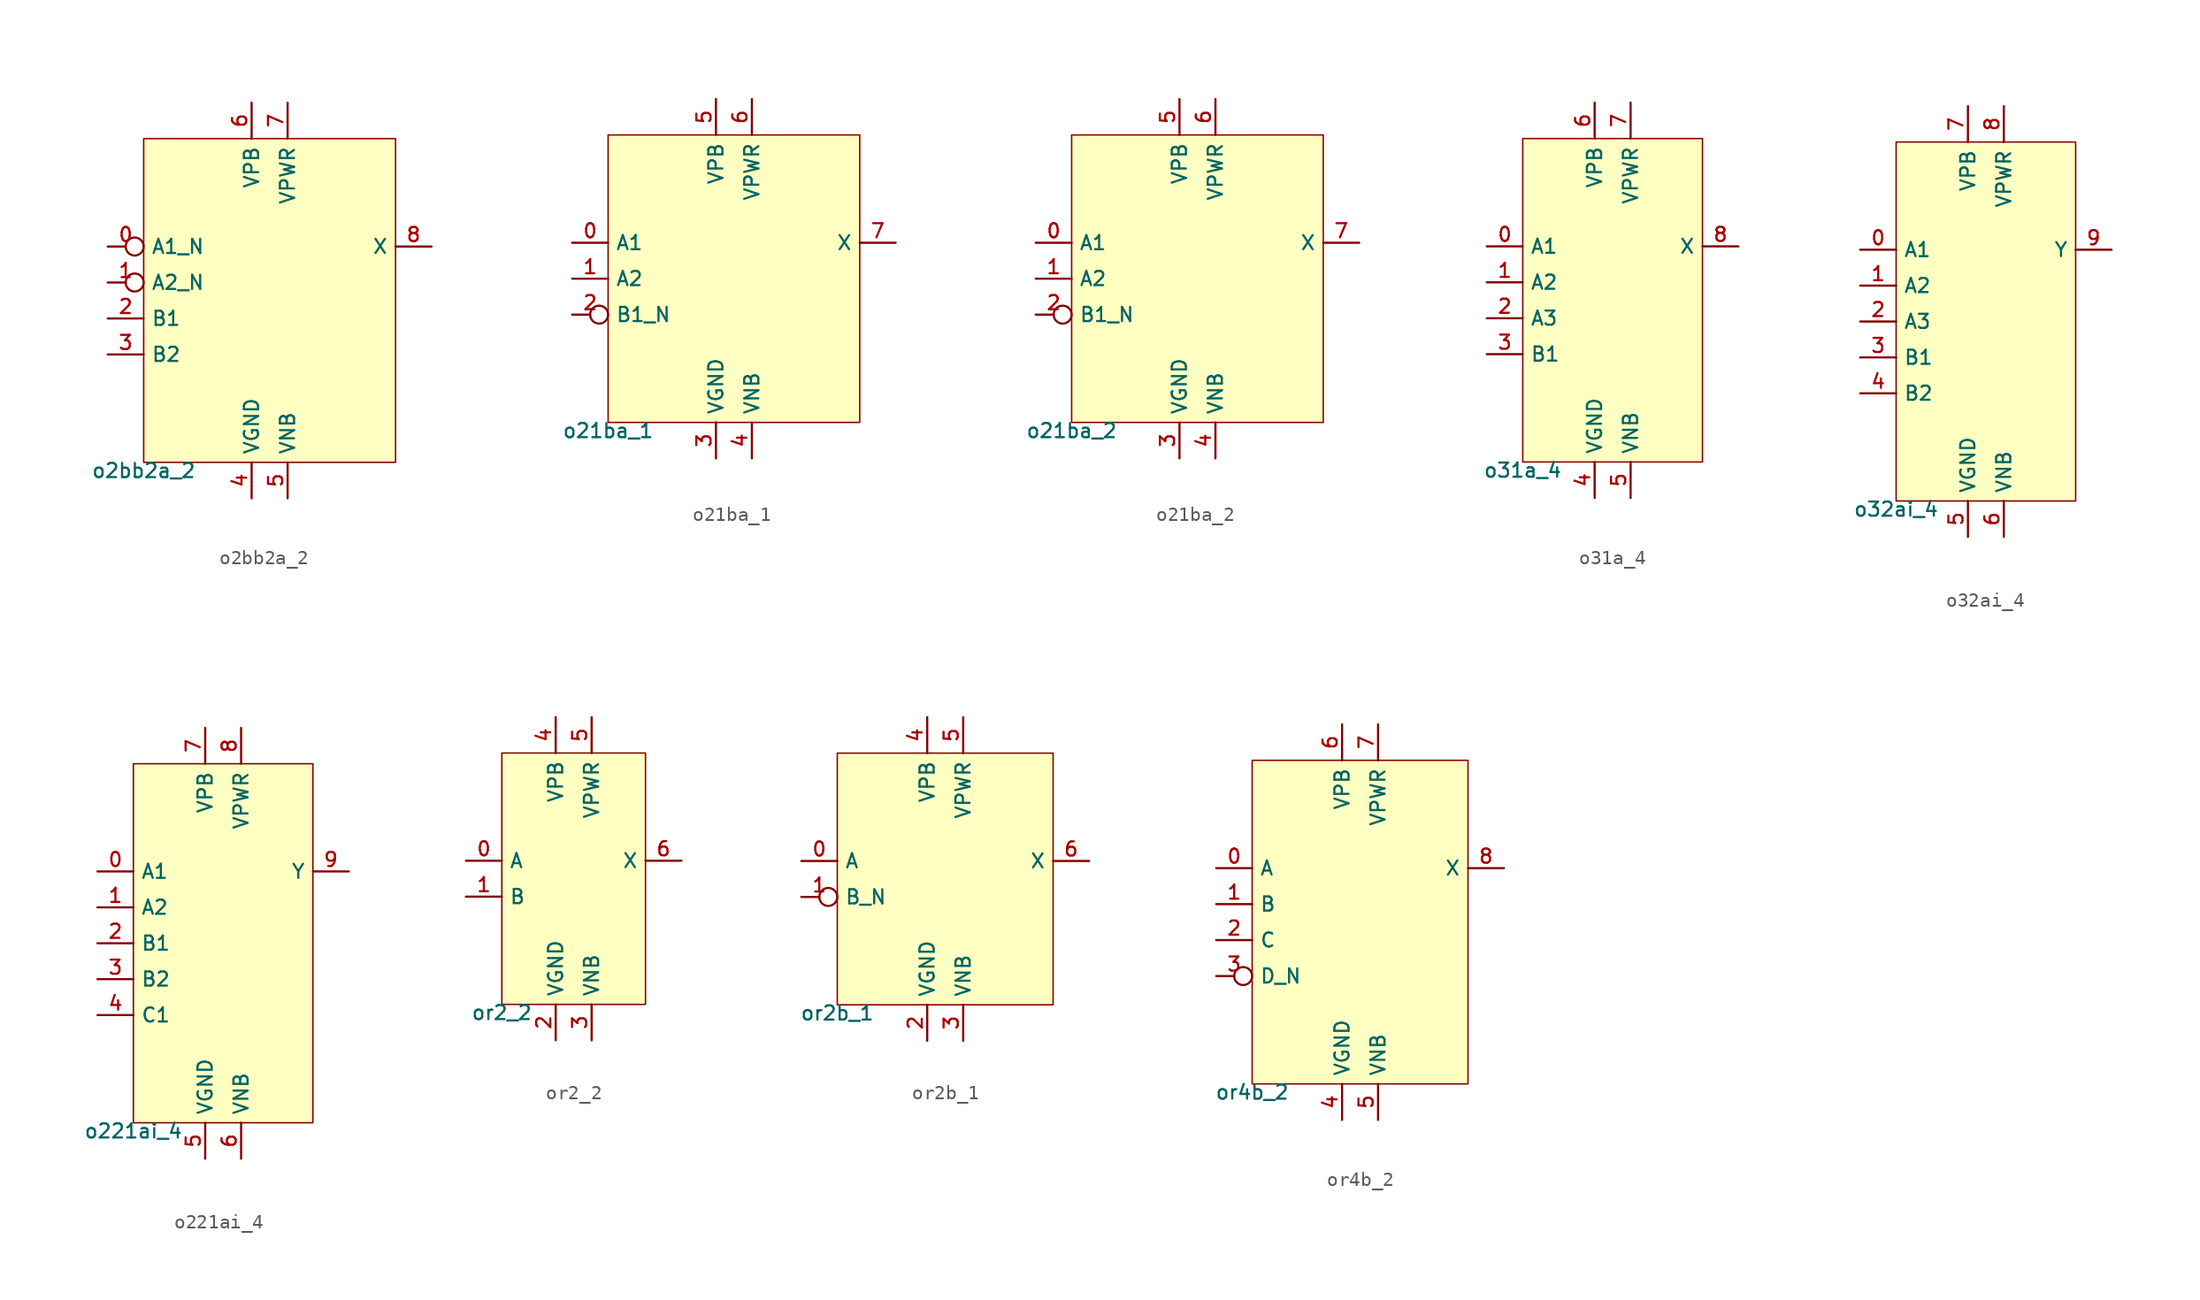
<source format=kicad_sym>
(kicad_symbol_lib
  (version 20211014)
  (generator lef2kicad_sym)
  (symbol "o2bb2a_2"
    (property "Reference" "CELL"
      (at 0 0 0)
      (effects (font (size 1 1)) hide))
    (property "Value" "o2bb2a_2"
      (at -8.89 -11.43 0)
      (effects (font (size 1 1)) (justify top)))
    (rectangle
      (start -8.89 -11.43)
      (end 8.89 11.43)
      (stroke (width 0.1) (type solid) (color 0 0 0 0))
      (fill (type background)))
    (pin input inverted
      (at -11.43 3.81 0)
      (length 2.54)
      (name "A1_N" (effects (font (size 1 1)) hide))
      (number "0" (effects (font (size 1 1)) hide)))
    (pin input inverted
      (at -11.43 1.27 0)
      (length 2.54)
      (name "A2_N" (effects (font (size 1 1)) hide))
      (number "1" (effects (font (size 1 1)) hide)))
    (pin input line
      (at -11.43 -1.27 0)
      (length 2.54)
      (name "B1" (effects (font (size 1 1)) hide))
      (number "2" (effects (font (size 1 1)) hide)))
    (pin input line
      (at -11.43 -3.81 0)
      (length 2.54)
      (name "B2" (effects (font (size 1 1)) hide))
      (number "3" (effects (font (size 1 1)) hide)))
    (pin power_in line
      (at -1.27 -13.97 90)
      (length 2.54)
      (name "VGND" (effects (font (size 1 1)) hide))
      (number "4" (effects (font (size 1 1)) hide)))
    (pin power_in line
      (at 1.27 -13.97 90)
      (length 2.54)
      (name "VNB" (effects (font (size 1 1)) hide))
      (number "5" (effects (font (size 1 1)) hide)))
    (pin power_in line
      (at -1.27 13.97 270)
      (length 2.54)
      (name "VPB" (effects (font (size 1 1)) hide))
      (number "6" (effects (font (size 1 1)) hide)))
    (pin power_in line
      (at 1.27 13.97 270)
      (length 2.54)
      (name "VPWR" (effects (font (size 1 1)) hide))
      (number "7" (effects (font (size 1 1)) hide)))
    (pin output line
      (at 11.43 3.81 180)
      (length 2.54)
      (name "X" (effects (font (size 1 1)) hide))
      (number "8" (effects (font (size 1 1)) hide))))
  (symbol "o21ba_1"
    (property "Reference" "CELL"
      (at 0 0 0)
      (effects (font (size 1 1)) hide))
    (property "Value" "o21ba_1"
      (at -8.89 -10.16 0)
      (effects (font (size 1 1)) (justify top)))
    (rectangle
      (start -8.89 -10.16)
      (end 8.89 10.16)
      (stroke (width 0.1) (type solid) (color 0 0 0 0))
      (fill (type background)))
    (pin input line
      (at -11.43 2.54 0)
      (length 2.54)
      (name "A1" (effects (font (size 1 1)) hide))
      (number "0" (effects (font (size 1 1)) hide)))
    (pin input line
      (at -11.43 0.0 0)
      (length 2.54)
      (name "A2" (effects (font (size 1 1)) hide))
      (number "1" (effects (font (size 1 1)) hide)))
    (pin input inverted
      (at -11.43 -2.54 0)
      (length 2.54)
      (name "B1_N" (effects (font (size 1 1)) hide))
      (number "2" (effects (font (size 1 1)) hide)))
    (pin power_in line
      (at -1.27 -12.7 90)
      (length 2.54)
      (name "VGND" (effects (font (size 1 1)) hide))
      (number "3" (effects (font (size 1 1)) hide)))
    (pin power_in line
      (at 1.27 -12.7 90)
      (length 2.54)
      (name "VNB" (effects (font (size 1 1)) hide))
      (number "4" (effects (font (size 1 1)) hide)))
    (pin power_in line
      (at -1.27 12.7 270)
      (length 2.54)
      (name "VPB" (effects (font (size 1 1)) hide))
      (number "5" (effects (font (size 1 1)) hide)))
    (pin power_in line
      (at 1.27 12.7 270)
      (length 2.54)
      (name "VPWR" (effects (font (size 1 1)) hide))
      (number "6" (effects (font (size 1 1)) hide)))
    (pin output line
      (at 11.43 2.54 180)
      (length 2.54)
      (name "X" (effects (font (size 1 1)) hide))
      (number "7" (effects (font (size 1 1)) hide))))
  (symbol "o21ba_2"
    (property "Reference" "CELL"
      (at 0 0 0)
      (effects (font (size 1 1)) hide))
    (property "Value" "o21ba_2"
      (at -8.89 -10.16 0)
      (effects (font (size 1 1)) (justify top)))
    (rectangle
      (start -8.89 -10.16)
      (end 8.89 10.16)
      (stroke (width 0.1) (type solid) (color 0 0 0 0))
      (fill (type background)))
    (pin input line
      (at -11.43 2.54 0)
      (length 2.54)
      (name "A1" (effects (font (size 1 1)) hide))
      (number "0" (effects (font (size 1 1)) hide)))
    (pin input line
      (at -11.43 0.0 0)
      (length 2.54)
      (name "A2" (effects (font (size 1 1)) hide))
      (number "1" (effects (font (size 1 1)) hide)))
    (pin input inverted
      (at -11.43 -2.54 0)
      (length 2.54)
      (name "B1_N" (effects (font (size 1 1)) hide))
      (number "2" (effects (font (size 1 1)) hide)))
    (pin power_in line
      (at -1.27 -12.7 90)
      (length 2.54)
      (name "VGND" (effects (font (size 1 1)) hide))
      (number "3" (effects (font (size 1 1)) hide)))
    (pin power_in line
      (at 1.27 -12.7 90)
      (length 2.54)
      (name "VNB" (effects (font (size 1 1)) hide))
      (number "4" (effects (font (size 1 1)) hide)))
    (pin power_in line
      (at -1.27 12.7 270)
      (length 2.54)
      (name "VPB" (effects (font (size 1 1)) hide))
      (number "5" (effects (font (size 1 1)) hide)))
    (pin power_in line
      (at 1.27 12.7 270)
      (length 2.54)
      (name "VPWR" (effects (font (size 1 1)) hide))
      (number "6" (effects (font (size 1 1)) hide)))
    (pin output line
      (at 11.43 2.54 180)
      (length 2.54)
      (name "X" (effects (font (size 1 1)) hide))
      (number "7" (effects (font (size 1 1)) hide))))
  (symbol "o31a_4"
    (property "Reference" "CELL"
      (at 0 0 0)
      (effects (font (size 1 1)) hide))
    (property "Value" "o31a_4"
      (at -6.35 -11.43 0)
      (effects (font (size 1 1)) (justify top)))
    (rectangle
      (start -6.35 -11.43)
      (end 6.35 11.43)
      (stroke (width 0.1) (type solid) (color 0 0 0 0))
      (fill (type background)))
    (pin input line
      (at -8.89 3.81 0)
      (length 2.54)
      (name "A1" (effects (font (size 1 1)) hide))
      (number "0" (effects (font (size 1 1)) hide)))
    (pin input line
      (at -8.89 1.27 0)
      (length 2.54)
      (name "A2" (effects (font (size 1 1)) hide))
      (number "1" (effects (font (size 1 1)) hide)))
    (pin input line
      (at -8.89 -1.27 0)
      (length 2.54)
      (name "A3" (effects (font (size 1 1)) hide))
      (number "2" (effects (font (size 1 1)) hide)))
    (pin input line
      (at -8.89 -3.81 0)
      (length 2.54)
      (name "B1" (effects (font (size 1 1)) hide))
      (number "3" (effects (font (size 1 1)) hide)))
    (pin power_in line
      (at -1.27 -13.97 90)
      (length 2.54)
      (name "VGND" (effects (font (size 1 1)) hide))
      (number "4" (effects (font (size 1 1)) hide)))
    (pin power_in line
      (at 1.27 -13.97 90)
      (length 2.54)
      (name "VNB" (effects (font (size 1 1)) hide))
      (number "5" (effects (font (size 1 1)) hide)))
    (pin power_in line
      (at -1.27 13.97 270)
      (length 2.54)
      (name "VPB" (effects (font (size 1 1)) hide))
      (number "6" (effects (font (size 1 1)) hide)))
    (pin power_in line
      (at 1.27 13.97 270)
      (length 2.54)
      (name "VPWR" (effects (font (size 1 1)) hide))
      (number "7" (effects (font (size 1 1)) hide)))
    (pin output line
      (at 8.89 3.81 180)
      (length 2.54)
      (name "X" (effects (font (size 1 1)) hide))
      (number "8" (effects (font (size 1 1)) hide))))
  (symbol "o32ai_4"
    (property "Reference" "CELL"
      (at 0 0 0)
      (effects (font (size 1 1)) hide))
    (property "Value" "o32ai_4"
      (at -6.35 -12.7 0)
      (effects (font (size 1 1)) (justify top)))
    (rectangle
      (start -6.35 -12.7)
      (end 6.35 12.7)
      (stroke (width 0.1) (type solid) (color 0 0 0 0))
      (fill (type background)))
    (pin input line
      (at -8.89 5.08 0)
      (length 2.54)
      (name "A1" (effects (font (size 1 1)) hide))
      (number "0" (effects (font (size 1 1)) hide)))
    (pin input line
      (at -8.89 2.54 0)
      (length 2.54)
      (name "A2" (effects (font (size 1 1)) hide))
      (number "1" (effects (font (size 1 1)) hide)))
    (pin input line
      (at -8.89 -8.881784197001252e-16 0)
      (length 2.54)
      (name "A3" (effects (font (size 1 1)) hide))
      (number "2" (effects (font (size 1 1)) hide)))
    (pin input line
      (at -8.89 -2.54 0)
      (length 2.54)
      (name "B1" (effects (font (size 1 1)) hide))
      (number "3" (effects (font (size 1 1)) hide)))
    (pin input line
      (at -8.89 -5.08 0)
      (length 2.54)
      (name "B2" (effects (font (size 1 1)) hide))
      (number "4" (effects (font (size 1 1)) hide)))
    (pin power_in line
      (at -1.27 -15.24 90)
      (length 2.54)
      (name "VGND" (effects (font (size 1 1)) hide))
      (number "5" (effects (font (size 1 1)) hide)))
    (pin power_in line
      (at 1.27 -15.24 90)
      (length 2.54)
      (name "VNB" (effects (font (size 1 1)) hide))
      (number "6" (effects (font (size 1 1)) hide)))
    (pin power_in line
      (at -1.27 15.24 270)
      (length 2.54)
      (name "VPB" (effects (font (size 1 1)) hide))
      (number "7" (effects (font (size 1 1)) hide)))
    (pin power_in line
      (at 1.27 15.24 270)
      (length 2.54)
      (name "VPWR" (effects (font (size 1 1)) hide))
      (number "8" (effects (font (size 1 1)) hide)))
    (pin output line
      (at 8.89 5.08 180)
      (length 2.54)
      (name "Y" (effects (font (size 1 1)) hide))
      (number "9" (effects (font (size 1 1)) hide))))
  (symbol "o221ai_4"
    (property "Reference" "CELL"
      (at 0 0 0)
      (effects (font (size 1 1)) hide))
    (property "Value" "o221ai_4"
      (at -6.35 -12.7 0)
      (effects (font (size 1 1)) (justify top)))
    (rectangle
      (start -6.35 -12.7)
      (end 6.35 12.7)
      (stroke (width 0.1) (type solid) (color 0 0 0 0))
      (fill (type background)))
    (pin input line
      (at -8.89 5.08 0)
      (length 2.54)
      (name "A1" (effects (font (size 1 1)) hide))
      (number "0" (effects (font (size 1 1)) hide)))
    (pin input line
      (at -8.89 2.54 0)
      (length 2.54)
      (name "A2" (effects (font (size 1 1)) hide))
      (number "1" (effects (font (size 1 1)) hide)))
    (pin input line
      (at -8.89 -8.881784197001252e-16 0)
      (length 2.54)
      (name "B1" (effects (font (size 1 1)) hide))
      (number "2" (effects (font (size 1 1)) hide)))
    (pin input line
      (at -8.89 -2.54 0)
      (length 2.54)
      (name "B2" (effects (font (size 1 1)) hide))
      (number "3" (effects (font (size 1 1)) hide)))
    (pin input line
      (at -8.89 -5.08 0)
      (length 2.54)
      (name "C1" (effects (font (size 1 1)) hide))
      (number "4" (effects (font (size 1 1)) hide)))
    (pin power_in line
      (at -1.27 -15.24 90)
      (length 2.54)
      (name "VGND" (effects (font (size 1 1)) hide))
      (number "5" (effects (font (size 1 1)) hide)))
    (pin power_in line
      (at 1.27 -15.24 90)
      (length 2.54)
      (name "VNB" (effects (font (size 1 1)) hide))
      (number "6" (effects (font (size 1 1)) hide)))
    (pin power_in line
      (at -1.27 15.24 270)
      (length 2.54)
      (name "VPB" (effects (font (size 1 1)) hide))
      (number "7" (effects (font (size 1 1)) hide)))
    (pin power_in line
      (at 1.27 15.24 270)
      (length 2.54)
      (name "VPWR" (effects (font (size 1 1)) hide))
      (number "8" (effects (font (size 1 1)) hide)))
    (pin output line
      (at 8.89 5.08 180)
      (length 2.54)
      (name "Y" (effects (font (size 1 1)) hide))
      (number "9" (effects (font (size 1 1)) hide))))
  (symbol "or2_2"
    (property "Reference" "CELL"
      (at 0 0 0)
      (effects (font (size 1 1)) hide))
    (property "Value" "or2_2"
      (at -5.08 -8.89 0)
      (effects (font (size 1 1)) (justify top)))
    (rectangle
      (start -5.08 -8.89)
      (end 5.08 8.89)
      (stroke (width 0.1) (type solid) (color 0 0 0 0))
      (fill (type background)))
    (pin input line
      (at -7.62 1.27 0)
      (length 2.54)
      (name "A" (effects (font (size 1 1)) hide))
      (number "0" (effects (font (size 1 1)) hide)))
    (pin input line
      (at -7.62 -1.27 0)
      (length 2.54)
      (name "B" (effects (font (size 1 1)) hide))
      (number "1" (effects (font (size 1 1)) hide)))
    (pin power_in line
      (at -1.27 -11.43 90)
      (length 2.54)
      (name "VGND" (effects (font (size 1 1)) hide))
      (number "2" (effects (font (size 1 1)) hide)))
    (pin power_in line
      (at 1.27 -11.43 90)
      (length 2.54)
      (name "VNB" (effects (font (size 1 1)) hide))
      (number "3" (effects (font (size 1 1)) hide)))
    (pin power_in line
      (at -1.27 11.43 270)
      (length 2.54)
      (name "VPB" (effects (font (size 1 1)) hide))
      (number "4" (effects (font (size 1 1)) hide)))
    (pin power_in line
      (at 1.27 11.43 270)
      (length 2.54)
      (name "VPWR" (effects (font (size 1 1)) hide))
      (number "5" (effects (font (size 1 1)) hide)))
    (pin output line
      (at 7.62 1.27 180)
      (length 2.54)
      (name "X" (effects (font (size 1 1)) hide))
      (number "6" (effects (font (size 1 1)) hide))))
  (symbol "or2b_1"
    (property "Reference" "CELL"
      (at 0 0 0)
      (effects (font (size 1 1)) hide))
    (property "Value" "or2b_1"
      (at -7.62 -8.89 0)
      (effects (font (size 1 1)) (justify top)))
    (rectangle
      (start -7.62 -8.89)
      (end 7.62 8.89)
      (stroke (width 0.1) (type solid) (color 0 0 0 0))
      (fill (type background)))
    (pin input line
      (at -10.16 1.27 0)
      (length 2.54)
      (name "A" (effects (font (size 1 1)) hide))
      (number "0" (effects (font (size 1 1)) hide)))
    (pin input inverted
      (at -10.16 -1.27 0)
      (length 2.54)
      (name "B_N" (effects (font (size 1 1)) hide))
      (number "1" (effects (font (size 1 1)) hide)))
    (pin power_in line
      (at -1.27 -11.43 90)
      (length 2.54)
      (name "VGND" (effects (font (size 1 1)) hide))
      (number "2" (effects (font (size 1 1)) hide)))
    (pin power_in line
      (at 1.27 -11.43 90)
      (length 2.54)
      (name "VNB" (effects (font (size 1 1)) hide))
      (number "3" (effects (font (size 1 1)) hide)))
    (pin power_in line
      (at -1.27 11.43 270)
      (length 2.54)
      (name "VPB" (effects (font (size 1 1)) hide))
      (number "4" (effects (font (size 1 1)) hide)))
    (pin power_in line
      (at 1.27 11.43 270)
      (length 2.54)
      (name "VPWR" (effects (font (size 1 1)) hide))
      (number "5" (effects (font (size 1 1)) hide)))
    (pin output line
      (at 10.16 1.27 180)
      (length 2.54)
      (name "X" (effects (font (size 1 1)) hide))
      (number "6" (effects (font (size 1 1)) hide))))
  (symbol "or4b_2"
    (property "Reference" "CELL"
      (at 0 0 0)
      (effects (font (size 1 1)) hide))
    (property "Value" "or4b_2"
      (at -7.62 -11.43 0)
      (effects (font (size 1 1)) (justify top)))
    (rectangle
      (start -7.62 -11.43)
      (end 7.62 11.43)
      (stroke (width 0.1) (type solid) (color 0 0 0 0))
      (fill (type background)))
    (pin input line
      (at -10.16 3.81 0)
      (length 2.54)
      (name "A" (effects (font (size 1 1)) hide))
      (number "0" (effects (font (size 1 1)) hide)))
    (pin input line
      (at -10.16 1.27 0)
      (length 2.54)
      (name "B" (effects (font (size 1 1)) hide))
      (number "1" (effects (font (size 1 1)) hide)))
    (pin input line
      (at -10.16 -1.27 0)
      (length 2.54)
      (name "C" (effects (font (size 1 1)) hide))
      (number "2" (effects (font (size 1 1)) hide)))
    (pin input inverted
      (at -10.16 -3.81 0)
      (length 2.54)
      (name "D_N" (effects (font (size 1 1)) hide))
      (number "3" (effects (font (size 1 1)) hide)))
    (pin power_in line
      (at -1.27 -13.97 90)
      (length 2.54)
      (name "VGND" (effects (font (size 1 1)) hide))
      (number "4" (effects (font (size 1 1)) hide)))
    (pin power_in line
      (at 1.27 -13.97 90)
      (length 2.54)
      (name "VNB" (effects (font (size 1 1)) hide))
      (number "5" (effects (font (size 1 1)) hide)))
    (pin power_in line
      (at -1.27 13.97 270)
      (length 2.54)
      (name "VPB" (effects (font (size 1 1)) hide))
      (number "6" (effects (font (size 1 1)) hide)))
    (pin power_in line
      (at 1.27 13.97 270)
      (length 2.54)
      (name "VPWR" (effects (font (size 1 1)) hide))
      (number "7" (effects (font (size 1 1)) hide)))
    (pin output line
      (at 10.16 3.81 180)
      (length 2.54)
      (name "X" (effects (font (size 1 1)) hide))
      (number "8" (effects (font (size 1 1)) hide)))))
</source>
